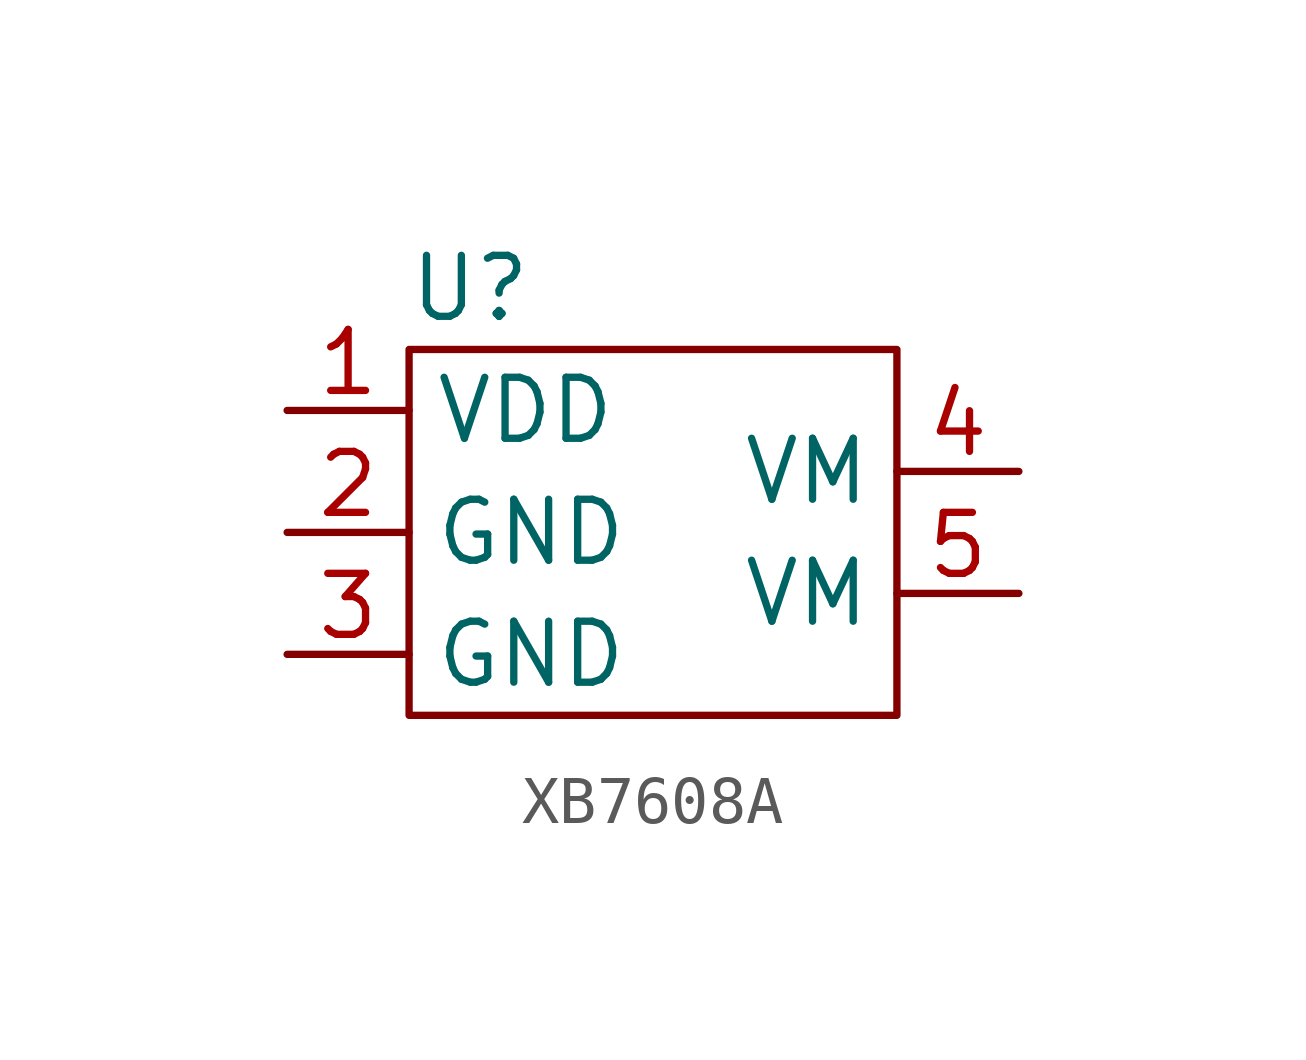
<source format=kicad_sym>
(kicad_symbol_lib
  (version 20220914)
  (generator kicad_symbol_editor)
  (symbol "XB7608A"
    (property "Reference" "U"
      (at 1.27 1.27 0)
      (effects (font (size 1.27 1.27))))
    (property "Value" ""
      (at 0 0 0)
      (effects (font (size 1.27 1.27))))
    (symbol "XB7608A_0_1"
      (rectangle (start 0 0) (end 10.16 -7.62) (stroke (width 0) (type default)) (fill (type none))))
    (symbol "XB7608A_1_1"
      (pin passive line (at -2.54 -1.27 0) (length 2.54) (name "VDD" (effects (font (size 1.27 1.27)))) (number "1" (effects (font (size 1.27 1.27)))))
      (pin passive line (at -2.54 -3.81 0) (length 2.54) (name "GND" (effects (font (size 1.27 1.27)))) (number "2" (effects (font (size 1.27 1.27)))))
      (pin passive line (at -2.54 -6.35 0) (length 2.54) (name "GND" (effects (font (size 1.27 1.27)))) (number "3" (effects (font (size 1.27 1.27)))))
      (pin passive line (at 12.7 -2.54 180) (length 2.54) (name "VM" (effects (font (size 1.27 1.27)))) (number "4" (effects (font (size 1.27 1.27)))))
      (pin passive line (at 12.7 -5.08 180) (length 2.54) (name "VM" (effects (font (size 1.27 1.27)))) (number "5" (effects (font (size 1.27 1.27))))))))
</source>
